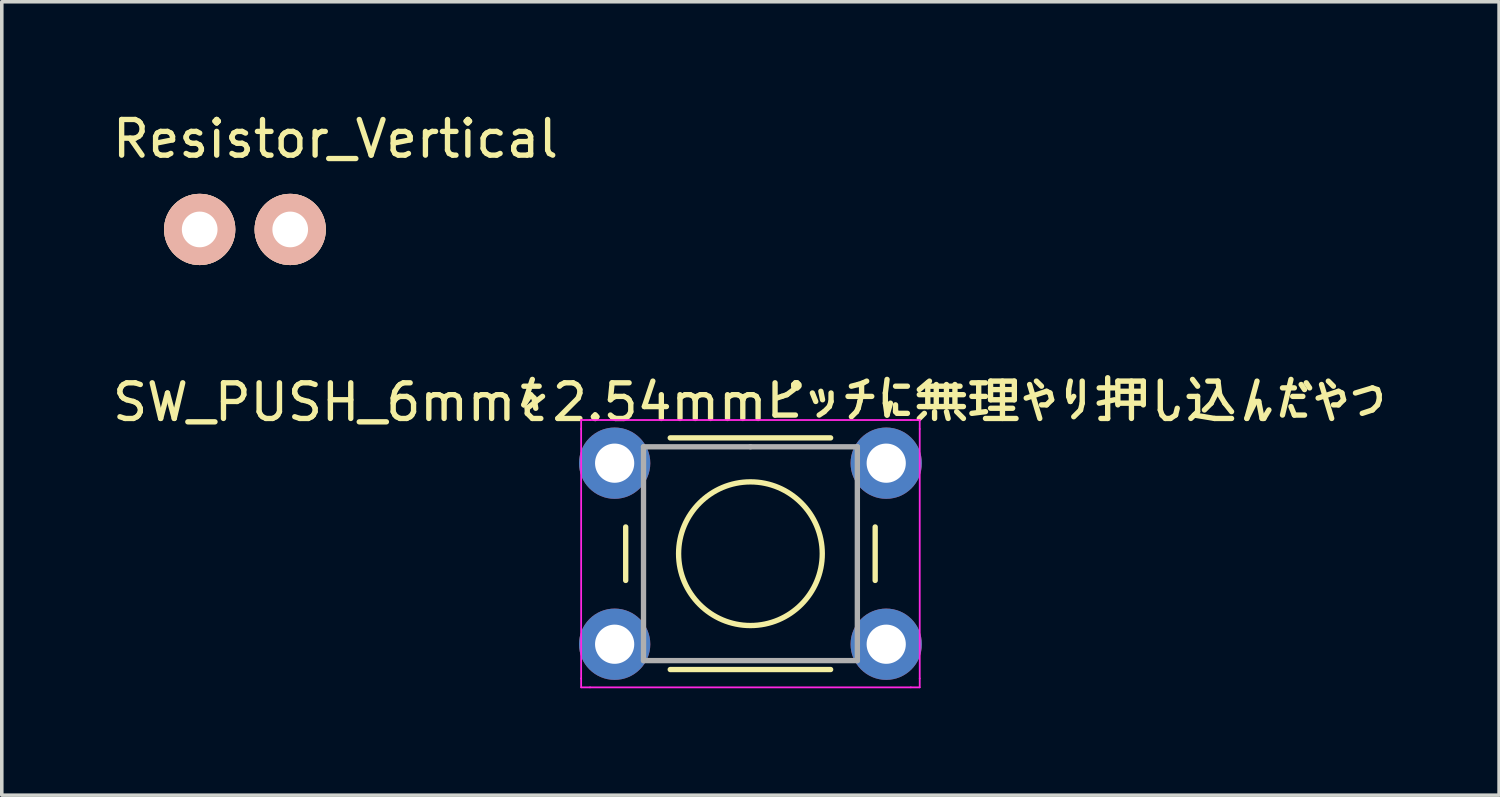
<source format=kicad_pcb>
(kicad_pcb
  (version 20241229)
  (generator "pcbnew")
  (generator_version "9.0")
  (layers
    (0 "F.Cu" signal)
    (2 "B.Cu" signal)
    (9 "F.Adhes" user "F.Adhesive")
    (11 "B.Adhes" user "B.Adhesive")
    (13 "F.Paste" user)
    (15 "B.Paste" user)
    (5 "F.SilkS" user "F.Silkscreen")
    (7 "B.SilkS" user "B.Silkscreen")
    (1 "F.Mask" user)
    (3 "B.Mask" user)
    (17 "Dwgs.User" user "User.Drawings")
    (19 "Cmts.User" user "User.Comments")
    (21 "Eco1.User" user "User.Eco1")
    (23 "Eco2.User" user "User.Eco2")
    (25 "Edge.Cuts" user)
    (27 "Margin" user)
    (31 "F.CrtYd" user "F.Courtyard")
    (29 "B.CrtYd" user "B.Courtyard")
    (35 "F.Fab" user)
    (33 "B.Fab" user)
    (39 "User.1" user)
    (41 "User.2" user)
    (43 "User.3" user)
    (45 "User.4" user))
  (footprint "Resistor_Vertical"
    (layer "F.Cu")
    (at 3.823 3.388)
    (property "Reference" "Resistor_Vertical" (at 2.54 -2.54 0) (layer "F.SilkS") (effects (font (size 1 1) (thickness 0.15))))
    (attr through_hole)
    (fp_line (start 1.171 0) (end 2.172 0) (stroke (width 0.15) (type solid)) (layer "F.SilkS"))
    (pad "1" thru_hole circle (at -1.27 0) (size 1.999 1.999) (drill 1.001) (layers "*.Cu" "*.SilkS" "*.Mask"))
    (pad "2" thru_hole circle (at 1.27 0) (size 1.999 1.999) (drill 1.001) (layers "*.Cu" "*.SilkS" "*.Mask")))
  (footprint "SW_PUSH_6mmを2.54mmピッチに無理やり押し込んだやつ"
    (layer "F.Cu")
    (at 18.006 12.486)
    (property "Reference" "SW_PUSH_6mmを2.54mmピッチに無理やり押し込んだやつ" (at 0 -4.25 0) (layer "F.SilkS") (effects (font (size 1 1) (thickness 0.15))))
    (attr through_hole)
    (fp_line (start -3.5 -0.75) (end -3.5 0.75) (stroke (width 0.15) (type solid)) (layer "F.SilkS"))
    (fp_line (start -2.25 3.25) (end 2.25 3.25) (stroke (width 0.15) (type solid)) (layer "F.SilkS"))
    (fp_line (start 2.25 -3.25) (end -2.25 -3.25) (stroke (width 0.15) (type solid)) (layer "F.SilkS"))
    (fp_line (start 3.5 0.75) (end 3.5 -0.75) (stroke (width 0.15) (type solid)) (layer "F.SilkS"))
    (fp_circle (center 0 0) (end -2 0.25) (stroke (width 0.15) (type solid)) (fill no) (layer "F.SilkS"))
    (fp_line (start -4.75 -3.75) (end -4.5 -3.75) (stroke (width 0.05) (type solid)) (layer "F.CrtYd"))
    (fp_line (start -4.75 -3.5) (end -4.75 -3.75) (stroke (width 0.05) (type solid)) (layer "F.CrtYd"))
    (fp_line (start -4.75 3.5) (end -4.75 -3.5) (stroke (width 0.05) (type solid)) (layer "F.CrtYd"))
    (fp_line (start -4.75 3.5) (end -4.75 3.75) (stroke (width 0.05) (type solid)) (layer "F.CrtYd"))
    (fp_line (start -4.75 3.75) (end -4.5 3.75) (stroke (width 0.05) (type solid)) (layer "F.CrtYd"))
    (fp_line (start -4.5 -3.75) (end 4.5 -3.75) (stroke (width 0.05) (type solid)) (layer "F.CrtYd"))
    (fp_line (start 4.5 -3.75) (end 4.75 -3.75) (stroke (width 0.05) (type solid)) (layer "F.CrtYd"))
    (fp_line (start 4.5 3.75) (end -4.5 3.75) (stroke (width 0.05) (type solid)) (layer "F.CrtYd"))
    (fp_line (start 4.5 3.75) (end 4.75 3.75) (stroke (width 0.05) (type solid)) (layer "F.CrtYd"))
    (fp_line (start 4.75 -3.75) (end 4.75 -3.5) (stroke (width 0.05) (type solid)) (layer "F.CrtYd"))
    (fp_line (start 4.75 -3.5) (end 4.75 3.5) (stroke (width 0.05) (type solid)) (layer "F.CrtYd"))
    (fp_line (start 4.75 3.75) (end 4.75 3.5) (stroke (width 0.05) (type solid)) (layer "F.CrtYd"))
    (fp_line (start -3 -3) (end 0 -3) (stroke (width 0.15) (type solid)) (layer "F.Fab"))
    (fp_line (start -3 3) (end -3 -3) (stroke (width 0.15) (type solid)) (layer "F.Fab"))
    (fp_line (start 0 -3) (end 3 -3) (stroke (width 0.15) (type solid)) (layer "F.Fab"))
    (fp_line (start 3 -3) (end 3 3) (stroke (width 0.15) (type solid)) (layer "F.Fab"))
    (fp_line (start 3 3) (end -3 3) (stroke (width 0.15) (type solid)) (layer "F.Fab"))
    (pad "1" thru_hole circle (at -3.81 -2.54 90) (size 2 2) (drill 1.1) (layers "*.Cu" "*.Mask"))
    (pad "1" thru_hole circle (at 3.81 -2.54 90) (size 2 2) (drill 1.1) (layers "*.Cu" "*.Mask"))
    (pad "2" thru_hole circle (at -3.81 2.54 90) (size 2 2) (drill 1.1) (layers "*.Cu" "*.Mask"))
    (pad "2" thru_hole circle (at 3.81 2.54 90) (size 2 2) (drill 1.1) (layers "*.Cu" "*.Mask")))
  (gr_rect
    (start -3 -3)
    (end 39.012 19.261)
    (stroke (width 0.1) (type default))
    (fill no)
    (layer "Edge.Cuts")))
</source>
